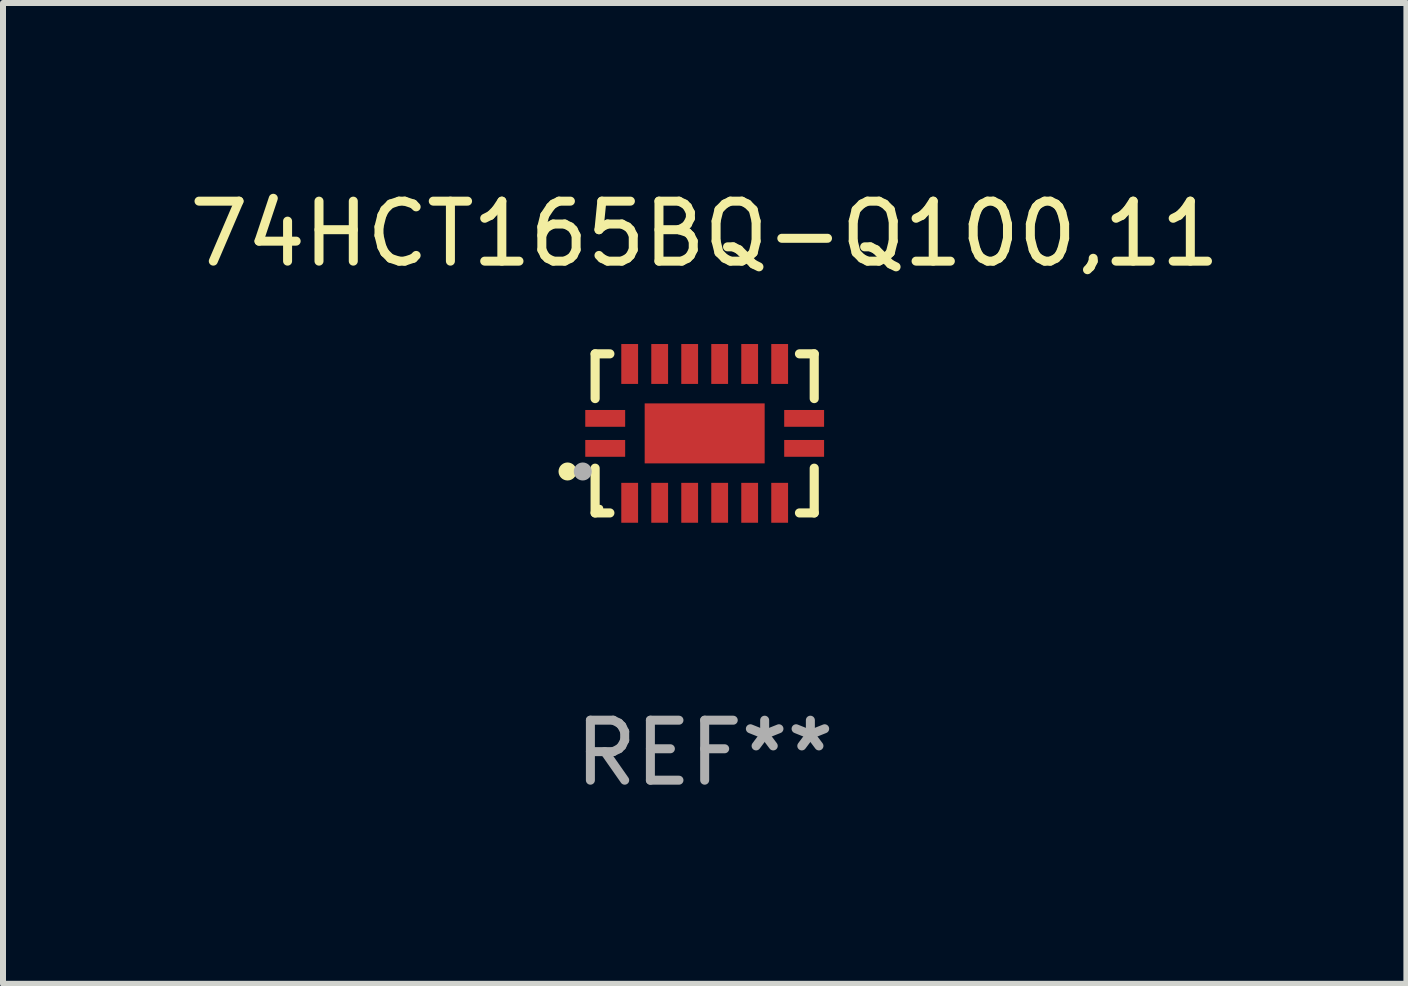
<source format=kicad_pcb>
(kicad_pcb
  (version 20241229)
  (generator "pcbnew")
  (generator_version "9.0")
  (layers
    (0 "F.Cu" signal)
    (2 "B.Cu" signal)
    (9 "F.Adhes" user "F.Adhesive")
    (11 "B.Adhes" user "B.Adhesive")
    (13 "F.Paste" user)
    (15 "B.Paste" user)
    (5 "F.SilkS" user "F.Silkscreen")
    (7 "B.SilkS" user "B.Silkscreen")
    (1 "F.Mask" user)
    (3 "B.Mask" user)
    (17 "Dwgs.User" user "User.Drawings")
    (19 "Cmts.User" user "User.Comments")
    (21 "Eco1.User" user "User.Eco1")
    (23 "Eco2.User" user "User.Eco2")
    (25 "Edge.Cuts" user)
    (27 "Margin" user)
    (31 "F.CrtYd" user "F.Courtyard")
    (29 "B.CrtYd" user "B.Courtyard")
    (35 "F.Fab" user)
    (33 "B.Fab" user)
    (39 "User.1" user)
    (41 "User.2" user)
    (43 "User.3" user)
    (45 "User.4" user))
  (footprint "74HCT165BQ-Q100,11"
    (layer "F.Cu")
    (at 8.696 4.174)
    (property "Reference" "74HCT165BQ-Q100,11" (at 0 -3.326 0) (layer "F.SilkS") (effects (font (size 1 1) (thickness 0.15))))
    (attr through_hole)
    (fp_line (start -1.826 -1.326) (end -1.58 -1.326) (stroke (width 0.152) (type solid)) (layer "F.SilkS"))
    (fp_line (start -1.826 -0.58) (end -1.826 -1.326) (stroke (width 0.152) (type solid)) (layer "F.SilkS"))
    (fp_line (start -1.826 0.58) (end -1.826 1.326) (stroke (width 0.152) (type solid)) (layer "F.SilkS"))
    (fp_line (start -1.826 1.326) (end -1.58 1.326) (stroke (width 0.152) (type solid)) (layer "F.SilkS"))
    (fp_line (start 1.826 -1.326) (end 1.58 -1.326) (stroke (width 0.152) (type solid)) (layer "F.SilkS"))
    (fp_line (start 1.826 -0.58) (end 1.826 -1.326) (stroke (width 0.152) (type solid)) (layer "F.SilkS"))
    (fp_line (start 1.826 0.58) (end 1.826 1.326) (stroke (width 0.152) (type solid)) (layer "F.SilkS"))
    (fp_line (start 1.826 1.326) (end 1.58 1.326) (stroke (width 0.152) (type solid)) (layer "F.SilkS"))
    (fp_circle (center -2.286 0.635) (end -2.211 0.635) (stroke (width 0.15) (type solid)) (fill no) (layer "F.SilkS"))
    (fp_circle (center -1.75 1.25) (end -1.72 1.25) (stroke (width 0.06) (type solid)) (fill no) (layer "F.SilkS"))
    (fp_circle (center -2.032 0.635) (end -1.957 0.635) (stroke (width 0.15) (type solid)) (fill no) (layer "F.Fab"))
    (fp_text user "REF**" (at 0 5.326 0) (layer "F.Fab") (effects (font (size 1 1) (thickness 0.15))))
    (pad "1" smd rect (at -1.658 0.25) (size 0.665 0.28) (layers "F.Cu" "F.Mask" "F.Paste"))
    (pad "2" smd rect (at -1.25 1.157) (size 0.28 0.665) (layers "F.Cu" "F.Mask" "F.Paste"))
    (pad "3" smd rect (at -0.75 1.157) (size 0.28 0.665) (layers "F.Cu" "F.Mask" "F.Paste"))
    (pad "4" smd rect (at -0.25 1.157) (size 0.28 0.665) (layers "F.Cu" "F.Mask" "F.Paste"))
    (pad "5" smd rect (at 0.25 1.157) (size 0.28 0.665) (layers "F.Cu" "F.Mask" "F.Paste"))
    (pad "6" smd rect (at 0.75 1.157) (size 0.28 0.665) (layers "F.Cu" "F.Mask" "F.Paste"))
    (pad "7" smd rect (at 1.25 1.157) (size 0.28 0.665) (layers "F.Cu" "F.Mask" "F.Paste"))
    (pad "8" smd rect (at 1.658 0.25) (size 0.665 0.28) (layers "F.Cu" "F.Mask" "F.Paste"))
    (pad "9" smd rect (at 1.658 -0.25) (size 0.665 0.28) (layers "F.Cu" "F.Mask" "F.Paste"))
    (pad "10" smd rect (at 1.25 -1.157) (size 0.28 0.665) (layers "F.Cu" "F.Mask" "F.Paste"))
    (pad "11" smd rect (at 0.75 -1.157) (size 0.28 0.665) (layers "F.Cu" "F.Mask" "F.Paste"))
    (pad "12" smd rect (at 0.25 -1.157) (size 0.28 0.665) (layers "F.Cu" "F.Mask" "F.Paste"))
    (pad "13" smd rect (at -0.25 -1.157) (size 0.28 0.665) (layers "F.Cu" "F.Mask" "F.Paste"))
    (pad "14" smd rect (at -0.75 -1.157) (size 0.28 0.665) (layers "F.Cu" "F.Mask" "F.Paste"))
    (pad "15" smd rect (at -1.25 -1.157) (size 0.28 0.665) (layers "F.Cu" "F.Mask" "F.Paste"))
    (pad "16" smd rect (at -1.658 -0.25) (size 0.665 0.28) (layers "F.Cu" "F.Mask" "F.Paste"))
    (pad "17" smd rect (at 0 0) (size 2 1) (layers "F.Cu" "F.Mask" "F.Paste")))
  (gr_rect
    (start -3 -3)
    (end 20.393 13.349)
    (stroke (width 0.1) (type default))
    (fill no)
    (layer "Edge.Cuts")))
</source>
